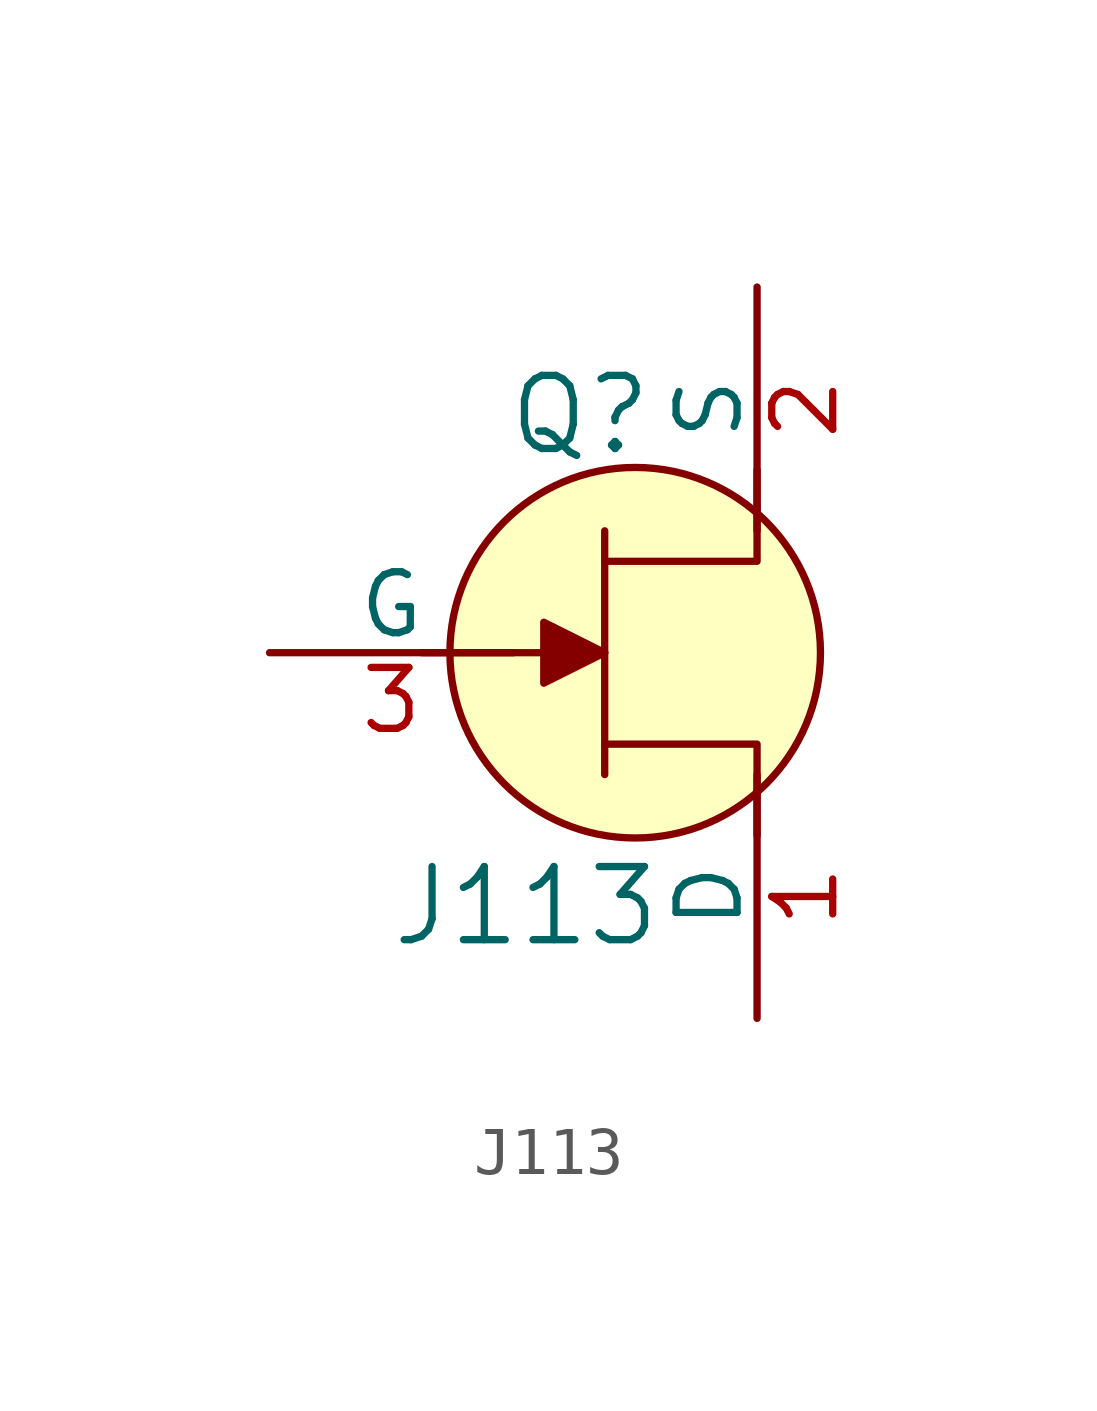
<source format=kicad_sym>
(kicad_symbol_lib
  (version 20201005)
  (generator kicad_symbol_editor)
  (symbol "J113"
    (pin_names
      (offset 0))
    (property "Reference" "Q"
      (at 0.406 4.953 0)
      (effects (font (size 1.524 1.524)) (justify right)))
    (property "Value" "J113"
      (at 0.584 -5.283 0)
      (effects (font (size 1.524 1.524)) (justify right)))
    (symbol "J113_0_1"
      (polyline (pts (xy -0.635 -2.54) (xy -0.635 2.54)) (stroke (width 0)) (fill (type none)))
      (polyline (pts (xy -0.635 0) (xy -4.445 0)) (stroke (width 0)) (fill (type none)))
      (polyline (pts (xy -0.635 -1.905) (xy 2.54 -1.905) (xy 2.54 -3.81)) (stroke (width 0)) (fill (type none)))
      (polyline (pts (xy -0.635 1.905) (xy 2.54 1.905) (xy 2.54 3.81)) (stroke (width 0)) (fill (type none))))
    (symbol "J113_1_1"
      (circle (center 0 0) (radius 3.861) (stroke (width 0)) (fill (type background)))
      (polyline (pts (xy -1.905 0.635) (xy -1.905 -0.635) (xy -0.635 0) (xy -1.905 0.635)) (stroke (width 0)) (fill (type outline)))
      (pin passive line (at 2.54 -7.62 90) (length 5.08) (name "D" (effects (font (size 1.27 1.27)))) (number "1" (effects (font (size 1.27 1.27)))))
      (pin passive line (at 2.54 7.62 270) (length 5.08) (name "S" (effects (font (size 1.27 1.27)))) (number "2" (effects (font (size 1.27 1.27)))))
      (pin input line (at -7.62 0 0) (length 5.08) (name "G" (effects (font (size 1.27 1.27)))) (number "3" (effects (font (size 1.27 1.27))))))))
</source>
